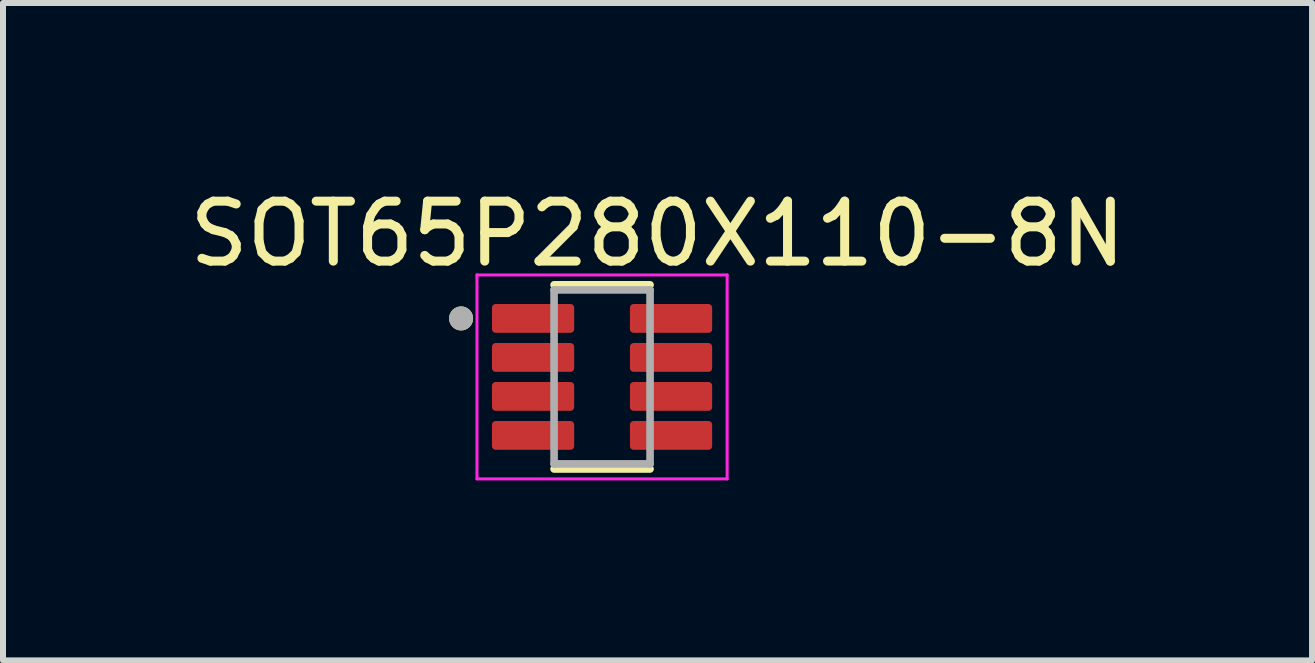
<source format=kicad_pcb>
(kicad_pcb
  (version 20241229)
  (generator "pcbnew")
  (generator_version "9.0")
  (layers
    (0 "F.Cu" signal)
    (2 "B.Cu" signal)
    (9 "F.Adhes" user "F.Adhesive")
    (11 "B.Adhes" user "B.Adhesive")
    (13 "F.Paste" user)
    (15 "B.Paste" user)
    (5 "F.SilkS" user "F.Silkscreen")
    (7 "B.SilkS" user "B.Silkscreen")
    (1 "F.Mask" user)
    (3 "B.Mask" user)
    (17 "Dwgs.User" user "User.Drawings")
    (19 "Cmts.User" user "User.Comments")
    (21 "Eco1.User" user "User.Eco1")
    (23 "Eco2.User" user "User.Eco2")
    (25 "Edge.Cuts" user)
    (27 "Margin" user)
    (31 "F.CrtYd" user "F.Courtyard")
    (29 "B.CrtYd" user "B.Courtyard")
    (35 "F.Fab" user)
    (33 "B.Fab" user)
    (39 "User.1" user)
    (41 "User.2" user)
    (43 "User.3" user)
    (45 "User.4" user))
  (footprint "SOT65P280X110-8N"
    (layer "F.Cu")
    (at 6.986 3.233)
    (property "Reference" "SOT65P280X110-8N" (at 0.925 -2.385 0) (layer "F.SilkS") (effects (font (size 1 1) (thickness 0.15))))
    (attr smd)
    (fp_poly (pts (xy -1.775 -1.265) (xy -0.525 -1.265) (xy -0.519 -1.265) (xy -0.514 -1.264) (xy -0.508 -1.264) (xy -0.502 -1.263) (xy -0.497 -1.261) (xy -0.491 -1.26) (xy -0.486 -1.258) (xy -0.48 -1.255) (xy -0.475 -1.253) (xy -0.47 -1.25) (xy -0.465 -1.247) (xy -0.46 -1.244) (xy -0.456 -1.24) (xy -0.451 -1.237) (xy -0.447 -1.233) (xy -0.443 -1.229) (xy -0.44 -1.224) (xy -0.436 -1.22) (xy -0.433 -1.215) (xy -0.43 -1.21) (xy -0.427 -1.205) (xy -0.425 -1.2) (xy -0.422 -1.194) (xy -0.42 -1.189) (xy -0.419 -1.183) (xy -0.417 -1.178) (xy -0.416 -1.172) (xy -0.416 -1.166) (xy -0.415 -1.161) (xy -0.415 -1.155) (xy -0.415 -0.795) (xy -0.415 -0.789) (xy -0.416 -0.784) (xy -0.416 -0.778) (xy -0.417 -0.772) (xy -0.419 -0.767) (xy -0.42 -0.761) (xy -0.422 -0.756) (xy -0.425 -0.75) (xy -0.427 -0.745) (xy -0.43 -0.74) (xy -0.433 -0.735) (xy -0.436 -0.73) (xy -0.44 -0.726) (xy -0.443 -0.721) (xy -0.447 -0.717) (xy -0.451 -0.713) (xy -0.456 -0.71) (xy -0.46 -0.706) (xy -0.465 -0.703) (xy -0.47 -0.7) (xy -0.475 -0.697) (xy -0.48 -0.695) (xy -0.486 -0.692) (xy -0.491 -0.69) (xy -0.497 -0.689) (xy -0.502 -0.687) (xy -0.508 -0.686) (xy -0.514 -0.686) (xy -0.519 -0.685) (xy -0.525 -0.685) (xy -1.775 -0.685) (xy -1.781 -0.685) (xy -1.786 -0.686) (xy -1.792 -0.686) (xy -1.798 -0.687) (xy -1.803 -0.689) (xy -1.809 -0.69) (xy -1.814 -0.692) (xy -1.82 -0.695) (xy -1.825 -0.697) (xy -1.83 -0.7) (xy -1.835 -0.703) (xy -1.84 -0.706) (xy -1.844 -0.71) (xy -1.849 -0.713) (xy -1.853 -0.717) (xy -1.857 -0.721) (xy -1.86 -0.726) (xy -1.864 -0.73) (xy -1.867 -0.735) (xy -1.87 -0.74) (xy -1.873 -0.745) (xy -1.875 -0.75) (xy -1.878 -0.756) (xy -1.88 -0.761) (xy -1.881 -0.767) (xy -1.883 -0.772) (xy -1.884 -0.778) (xy -1.884 -0.784) (xy -1.885 -0.789) (xy -1.885 -0.795) (xy -1.885 -1.155) (xy -1.885 -1.161) (xy -1.884 -1.166) (xy -1.884 -1.172) (xy -1.883 -1.178) (xy -1.881 -1.183) (xy -1.88 -1.189) (xy -1.878 -1.194) (xy -1.875 -1.2) (xy -1.873 -1.205) (xy -1.87 -1.21) (xy -1.867 -1.215) (xy -1.864 -1.22) (xy -1.86 -1.224) (xy -1.857 -1.229) (xy -1.853 -1.233) (xy -1.849 -1.237) (xy -1.844 -1.24) (xy -1.84 -1.244) (xy -1.835 -1.247) (xy -1.83 -1.25) (xy -1.825 -1.253) (xy -1.82 -1.255) (xy -1.814 -1.258) (xy -1.809 -1.26) (xy -1.803 -1.261) (xy -1.798 -1.263) (xy -1.792 -1.264) (xy -1.786 -1.264) (xy -1.781 -1.265) (xy -1.775 -1.265)) (stroke (width 0.01) (type solid)) (fill yes) (layer "F.Mask"))
    (fp_poly (pts (xy -1.775 -0.615) (xy -0.525 -0.615) (xy -0.519 -0.615) (xy -0.514 -0.614) (xy -0.508 -0.614) (xy -0.502 -0.613) (xy -0.497 -0.611) (xy -0.491 -0.61) (xy -0.486 -0.608) (xy -0.48 -0.605) (xy -0.475 -0.603) (xy -0.47 -0.6) (xy -0.465 -0.597) (xy -0.46 -0.594) (xy -0.456 -0.59) (xy -0.451 -0.587) (xy -0.447 -0.583) (xy -0.443 -0.579) (xy -0.44 -0.574) (xy -0.436 -0.57) (xy -0.433 -0.565) (xy -0.43 -0.56) (xy -0.427 -0.555) (xy -0.425 -0.55) (xy -0.422 -0.544) (xy -0.42 -0.539) (xy -0.419 -0.533) (xy -0.417 -0.528) (xy -0.416 -0.522) (xy -0.416 -0.516) (xy -0.415 -0.511) (xy -0.415 -0.505) (xy -0.415 -0.145) (xy -0.415 -0.139) (xy -0.416 -0.134) (xy -0.416 -0.128) (xy -0.417 -0.122) (xy -0.419 -0.117) (xy -0.42 -0.111) (xy -0.422 -0.106) (xy -0.425 -0.1) (xy -0.427 -0.095) (xy -0.43 -0.09) (xy -0.433 -0.085) (xy -0.436 -0.08) (xy -0.44 -0.076) (xy -0.443 -0.071) (xy -0.447 -0.067) (xy -0.451 -0.063) (xy -0.456 -0.06) (xy -0.46 -0.056) (xy -0.465 -0.053) (xy -0.47 -0.05) (xy -0.475 -0.047) (xy -0.48 -0.045) (xy -0.486 -0.042) (xy -0.491 -0.04) (xy -0.497 -0.039) (xy -0.502 -0.037) (xy -0.508 -0.036) (xy -0.514 -0.036) (xy -0.519 -0.035) (xy -0.525 -0.035) (xy -1.775 -0.035) (xy -1.781 -0.035) (xy -1.786 -0.036) (xy -1.792 -0.036) (xy -1.798 -0.037) (xy -1.803 -0.039) (xy -1.809 -0.04) (xy -1.814 -0.042) (xy -1.82 -0.045) (xy -1.825 -0.047) (xy -1.83 -0.05) (xy -1.835 -0.053) (xy -1.84 -0.056) (xy -1.844 -0.06) (xy -1.849 -0.063) (xy -1.853 -0.067) (xy -1.857 -0.071) (xy -1.86 -0.076) (xy -1.864 -0.08) (xy -1.867 -0.085) (xy -1.87 -0.09) (xy -1.873 -0.095) (xy -1.875 -0.1) (xy -1.878 -0.106) (xy -1.88 -0.111) (xy -1.881 -0.117) (xy -1.883 -0.122) (xy -1.884 -0.128) (xy -1.884 -0.134) (xy -1.885 -0.139) (xy -1.885 -0.145) (xy -1.885 -0.505) (xy -1.885 -0.511) (xy -1.884 -0.516) (xy -1.884 -0.522) (xy -1.883 -0.528) (xy -1.881 -0.533) (xy -1.88 -0.539) (xy -1.878 -0.544) (xy -1.875 -0.55) (xy -1.873 -0.555) (xy -1.87 -0.56) (xy -1.867 -0.565) (xy -1.864 -0.57) (xy -1.86 -0.574) (xy -1.857 -0.579) (xy -1.853 -0.583) (xy -1.849 -0.587) (xy -1.844 -0.59) (xy -1.84 -0.594) (xy -1.835 -0.597) (xy -1.83 -0.6) (xy -1.825 -0.603) (xy -1.82 -0.605) (xy -1.814 -0.608) (xy -1.809 -0.61) (xy -1.803 -0.611) (xy -1.798 -0.613) (xy -1.792 -0.614) (xy -1.786 -0.614) (xy -1.781 -0.615) (xy -1.775 -0.615)) (stroke (width 0.01) (type solid)) (fill yes) (layer "F.Mask"))
    (fp_poly (pts (xy -1.775 0.035) (xy -0.525 0.035) (xy -0.519 0.035) (xy -0.514 0.036) (xy -0.508 0.036) (xy -0.502 0.037) (xy -0.497 0.039) (xy -0.491 0.04) (xy -0.486 0.042) (xy -0.48 0.045) (xy -0.475 0.047) (xy -0.47 0.05) (xy -0.465 0.053) (xy -0.46 0.056) (xy -0.456 0.06) (xy -0.451 0.063) (xy -0.447 0.067) (xy -0.443 0.071) (xy -0.44 0.076) (xy -0.436 0.08) (xy -0.433 0.085) (xy -0.43 0.09) (xy -0.427 0.095) (xy -0.425 0.1) (xy -0.422 0.106) (xy -0.42 0.111) (xy -0.419 0.117) (xy -0.417 0.122) (xy -0.416 0.128) (xy -0.416 0.134) (xy -0.415 0.139) (xy -0.415 0.145) (xy -0.415 0.505) (xy -0.415 0.511) (xy -0.416 0.516) (xy -0.416 0.522) (xy -0.417 0.528) (xy -0.419 0.533) (xy -0.42 0.539) (xy -0.422 0.544) (xy -0.425 0.55) (xy -0.427 0.555) (xy -0.43 0.56) (xy -0.433 0.565) (xy -0.436 0.57) (xy -0.44 0.574) (xy -0.443 0.579) (xy -0.447 0.583) (xy -0.451 0.587) (xy -0.456 0.59) (xy -0.46 0.594) (xy -0.465 0.597) (xy -0.47 0.6) (xy -0.475 0.603) (xy -0.48 0.605) (xy -0.486 0.608) (xy -0.491 0.61) (xy -0.497 0.611) (xy -0.502 0.613) (xy -0.508 0.614) (xy -0.514 0.614) (xy -0.519 0.615) (xy -0.525 0.615) (xy -1.775 0.615) (xy -1.781 0.615) (xy -1.786 0.614) (xy -1.792 0.614) (xy -1.798 0.613) (xy -1.803 0.611) (xy -1.809 0.61) (xy -1.814 0.608) (xy -1.82 0.605) (xy -1.825 0.603) (xy -1.83 0.6) (xy -1.835 0.597) (xy -1.84 0.594) (xy -1.844 0.59) (xy -1.849 0.587) (xy -1.853 0.583) (xy -1.857 0.579) (xy -1.86 0.574) (xy -1.864 0.57) (xy -1.867 0.565) (xy -1.87 0.56) (xy -1.873 0.555) (xy -1.875 0.55) (xy -1.878 0.544) (xy -1.88 0.539) (xy -1.881 0.533) (xy -1.883 0.528) (xy -1.884 0.522) (xy -1.884 0.516) (xy -1.885 0.511) (xy -1.885 0.505) (xy -1.885 0.145) (xy -1.885 0.139) (xy -1.884 0.134) (xy -1.884 0.128) (xy -1.883 0.122) (xy -1.881 0.117) (xy -1.88 0.111) (xy -1.878 0.106) (xy -1.875 0.1) (xy -1.873 0.095) (xy -1.87 0.09) (xy -1.867 0.085) (xy -1.864 0.08) (xy -1.86 0.076) (xy -1.857 0.071) (xy -1.853 0.067) (xy -1.849 0.063) (xy -1.844 0.06) (xy -1.84 0.056) (xy -1.835 0.053) (xy -1.83 0.05) (xy -1.825 0.047) (xy -1.82 0.045) (xy -1.814 0.042) (xy -1.809 0.04) (xy -1.803 0.039) (xy -1.798 0.037) (xy -1.792 0.036) (xy -1.786 0.036) (xy -1.781 0.035) (xy -1.775 0.035)) (stroke (width 0.01) (type solid)) (fill yes) (layer "F.Mask"))
    (fp_poly (pts (xy -1.775 0.685) (xy -0.525 0.685) (xy -0.519 0.685) (xy -0.514 0.686) (xy -0.508 0.686) (xy -0.502 0.687) (xy -0.497 0.689) (xy -0.491 0.69) (xy -0.486 0.692) (xy -0.48 0.695) (xy -0.475 0.697) (xy -0.47 0.7) (xy -0.465 0.703) (xy -0.46 0.706) (xy -0.456 0.71) (xy -0.451 0.713) (xy -0.447 0.717) (xy -0.443 0.721) (xy -0.44 0.726) (xy -0.436 0.73) (xy -0.433 0.735) (xy -0.43 0.74) (xy -0.427 0.745) (xy -0.425 0.75) (xy -0.422 0.756) (xy -0.42 0.761) (xy -0.419 0.767) (xy -0.417 0.772) (xy -0.416 0.778) (xy -0.416 0.784) (xy -0.415 0.789) (xy -0.415 0.795) (xy -0.415 1.155) (xy -0.415 1.161) (xy -0.416 1.166) (xy -0.416 1.172) (xy -0.417 1.178) (xy -0.419 1.183) (xy -0.42 1.189) (xy -0.422 1.194) (xy -0.425 1.2) (xy -0.427 1.205) (xy -0.43 1.21) (xy -0.433 1.215) (xy -0.436 1.22) (xy -0.44 1.224) (xy -0.443 1.229) (xy -0.447 1.233) (xy -0.451 1.237) (xy -0.456 1.24) (xy -0.46 1.244) (xy -0.465 1.247) (xy -0.47 1.25) (xy -0.475 1.253) (xy -0.48 1.255) (xy -0.486 1.258) (xy -0.491 1.26) (xy -0.497 1.261) (xy -0.502 1.263) (xy -0.508 1.264) (xy -0.514 1.264) (xy -0.519 1.265) (xy -0.525 1.265) (xy -1.775 1.265) (xy -1.781 1.265) (xy -1.786 1.264) (xy -1.792 1.264) (xy -1.798 1.263) (xy -1.803 1.261) (xy -1.809 1.26) (xy -1.814 1.258) (xy -1.82 1.255) (xy -1.825 1.253) (xy -1.83 1.25) (xy -1.835 1.247) (xy -1.84 1.244) (xy -1.844 1.24) (xy -1.849 1.237) (xy -1.853 1.233) (xy -1.857 1.229) (xy -1.86 1.224) (xy -1.864 1.22) (xy -1.867 1.215) (xy -1.87 1.21) (xy -1.873 1.205) (xy -1.875 1.2) (xy -1.878 1.194) (xy -1.88 1.189) (xy -1.881 1.183) (xy -1.883 1.178) (xy -1.884 1.172) (xy -1.884 1.166) (xy -1.885 1.161) (xy -1.885 1.155) (xy -1.885 0.795) (xy -1.885 0.789) (xy -1.884 0.784) (xy -1.884 0.778) (xy -1.883 0.772) (xy -1.881 0.767) (xy -1.88 0.761) (xy -1.878 0.756) (xy -1.875 0.75) (xy -1.873 0.745) (xy -1.87 0.74) (xy -1.867 0.735) (xy -1.864 0.73) (xy -1.86 0.726) (xy -1.857 0.721) (xy -1.853 0.717) (xy -1.849 0.713) (xy -1.844 0.71) (xy -1.84 0.706) (xy -1.835 0.703) (xy -1.83 0.7) (xy -1.825 0.697) (xy -1.82 0.695) (xy -1.814 0.692) (xy -1.809 0.69) (xy -1.803 0.689) (xy -1.798 0.687) (xy -1.792 0.686) (xy -1.786 0.686) (xy -1.781 0.685) (xy -1.775 0.685)) (stroke (width 0.01) (type solid)) (fill yes) (layer "F.Mask"))
    (fp_poly (pts (xy 1.775 -0.685) (xy 0.525 -0.685) (xy 0.519 -0.685) (xy 0.514 -0.686) (xy 0.508 -0.686) (xy 0.502 -0.687) (xy 0.497 -0.689) (xy 0.491 -0.69) (xy 0.486 -0.692) (xy 0.48 -0.695) (xy 0.475 -0.697) (xy 0.47 -0.7) (xy 0.465 -0.703) (xy 0.46 -0.706) (xy 0.456 -0.71) (xy 0.451 -0.713) (xy 0.447 -0.717) (xy 0.443 -0.721) (xy 0.44 -0.726) (xy 0.436 -0.73) (xy 0.433 -0.735) (xy 0.43 -0.74) (xy 0.427 -0.745) (xy 0.425 -0.75) (xy 0.422 -0.756) (xy 0.42 -0.761) (xy 0.419 -0.767) (xy 0.417 -0.772) (xy 0.416 -0.778) (xy 0.416 -0.784) (xy 0.415 -0.789) (xy 0.415 -0.795) (xy 0.415 -1.155) (xy 0.415 -1.161) (xy 0.416 -1.166) (xy 0.416 -1.172) (xy 0.417 -1.178) (xy 0.419 -1.183) (xy 0.42 -1.189) (xy 0.422 -1.194) (xy 0.425 -1.2) (xy 0.427 -1.205) (xy 0.43 -1.21) (xy 0.433 -1.215) (xy 0.436 -1.22) (xy 0.44 -1.224) (xy 0.443 -1.229) (xy 0.447 -1.233) (xy 0.451 -1.237) (xy 0.456 -1.24) (xy 0.46 -1.244) (xy 0.465 -1.247) (xy 0.47 -1.25) (xy 0.475 -1.253) (xy 0.48 -1.255) (xy 0.486 -1.258) (xy 0.491 -1.26) (xy 0.497 -1.261) (xy 0.502 -1.263) (xy 0.508 -1.264) (xy 0.514 -1.264) (xy 0.519 -1.265) (xy 0.525 -1.265) (xy 1.775 -1.265) (xy 1.781 -1.265) (xy 1.786 -1.264) (xy 1.792 -1.264) (xy 1.798 -1.263) (xy 1.803 -1.261) (xy 1.809 -1.26) (xy 1.814 -1.258) (xy 1.82 -1.255) (xy 1.825 -1.253) (xy 1.83 -1.25) (xy 1.835 -1.247) (xy 1.84 -1.244) (xy 1.844 -1.24) (xy 1.849 -1.237) (xy 1.853 -1.233) (xy 1.857 -1.229) (xy 1.86 -1.224) (xy 1.864 -1.22) (xy 1.867 -1.215) (xy 1.87 -1.21) (xy 1.873 -1.205) (xy 1.875 -1.2) (xy 1.878 -1.194) (xy 1.88 -1.189) (xy 1.881 -1.183) (xy 1.883 -1.178) (xy 1.884 -1.172) (xy 1.884 -1.166) (xy 1.885 -1.161) (xy 1.885 -1.155) (xy 1.885 -0.795) (xy 1.885 -0.789) (xy 1.884 -0.784) (xy 1.884 -0.778) (xy 1.883 -0.772) (xy 1.881 -0.767) (xy 1.88 -0.761) (xy 1.878 -0.756) (xy 1.875 -0.75) (xy 1.873 -0.745) (xy 1.87 -0.74) (xy 1.867 -0.735) (xy 1.864 -0.73) (xy 1.86 -0.726) (xy 1.857 -0.721) (xy 1.853 -0.717) (xy 1.849 -0.713) (xy 1.844 -0.71) (xy 1.84 -0.706) (xy 1.835 -0.703) (xy 1.83 -0.7) (xy 1.825 -0.697) (xy 1.82 -0.695) (xy 1.814 -0.692) (xy 1.809 -0.69) (xy 1.803 -0.689) (xy 1.798 -0.687) (xy 1.792 -0.686) (xy 1.786 -0.686) (xy 1.781 -0.685) (xy 1.775 -0.685)) (stroke (width 0.01) (type solid)) (fill yes) (layer "F.Mask"))
    (fp_poly (pts (xy 1.775 -0.035) (xy 0.525 -0.035) (xy 0.519 -0.035) (xy 0.514 -0.036) (xy 0.508 -0.036) (xy 0.502 -0.037) (xy 0.497 -0.039) (xy 0.491 -0.04) (xy 0.486 -0.042) (xy 0.48 -0.045) (xy 0.475 -0.047) (xy 0.47 -0.05) (xy 0.465 -0.053) (xy 0.46 -0.056) (xy 0.456 -0.06) (xy 0.451 -0.063) (xy 0.447 -0.067) (xy 0.443 -0.071) (xy 0.44 -0.076) (xy 0.436 -0.08) (xy 0.433 -0.085) (xy 0.43 -0.09) (xy 0.427 -0.095) (xy 0.425 -0.1) (xy 0.422 -0.106) (xy 0.42 -0.111) (xy 0.419 -0.117) (xy 0.417 -0.122) (xy 0.416 -0.128) (xy 0.416 -0.134) (xy 0.415 -0.139) (xy 0.415 -0.145) (xy 0.415 -0.505) (xy 0.415 -0.511) (xy 0.416 -0.516) (xy 0.416 -0.522) (xy 0.417 -0.528) (xy 0.419 -0.533) (xy 0.42 -0.539) (xy 0.422 -0.544) (xy 0.425 -0.55) (xy 0.427 -0.555) (xy 0.43 -0.56) (xy 0.433 -0.565) (xy 0.436 -0.57) (xy 0.44 -0.574) (xy 0.443 -0.579) (xy 0.447 -0.583) (xy 0.451 -0.587) (xy 0.456 -0.59) (xy 0.46 -0.594) (xy 0.465 -0.597) (xy 0.47 -0.6) (xy 0.475 -0.603) (xy 0.48 -0.605) (xy 0.486 -0.608) (xy 0.491 -0.61) (xy 0.497 -0.611) (xy 0.502 -0.613) (xy 0.508 -0.614) (xy 0.514 -0.614) (xy 0.519 -0.615) (xy 0.525 -0.615) (xy 1.775 -0.615) (xy 1.781 -0.615) (xy 1.786 -0.614) (xy 1.792 -0.614) (xy 1.798 -0.613) (xy 1.803 -0.611) (xy 1.809 -0.61) (xy 1.814 -0.608) (xy 1.82 -0.605) (xy 1.825 -0.603) (xy 1.83 -0.6) (xy 1.835 -0.597) (xy 1.84 -0.594) (xy 1.844 -0.59) (xy 1.849 -0.587) (xy 1.853 -0.583) (xy 1.857 -0.579) (xy 1.86 -0.574) (xy 1.864 -0.57) (xy 1.867 -0.565) (xy 1.87 -0.56) (xy 1.873 -0.555) (xy 1.875 -0.55) (xy 1.878 -0.544) (xy 1.88 -0.539) (xy 1.881 -0.533) (xy 1.883 -0.528) (xy 1.884 -0.522) (xy 1.884 -0.516) (xy 1.885 -0.511) (xy 1.885 -0.505) (xy 1.885 -0.145) (xy 1.885 -0.139) (xy 1.884 -0.134) (xy 1.884 -0.128) (xy 1.883 -0.122) (xy 1.881 -0.117) (xy 1.88 -0.111) (xy 1.878 -0.106) (xy 1.875 -0.1) (xy 1.873 -0.095) (xy 1.87 -0.09) (xy 1.867 -0.085) (xy 1.864 -0.08) (xy 1.86 -0.076) (xy 1.857 -0.071) (xy 1.853 -0.067) (xy 1.849 -0.063) (xy 1.844 -0.06) (xy 1.84 -0.056) (xy 1.835 -0.053) (xy 1.83 -0.05) (xy 1.825 -0.047) (xy 1.82 -0.045) (xy 1.814 -0.042) (xy 1.809 -0.04) (xy 1.803 -0.039) (xy 1.798 -0.037) (xy 1.792 -0.036) (xy 1.786 -0.036) (xy 1.781 -0.035) (xy 1.775 -0.035)) (stroke (width 0.01) (type solid)) (fill yes) (layer "F.Mask"))
    (fp_poly (pts (xy 1.775 0.615) (xy 0.525 0.615) (xy 0.519 0.615) (xy 0.514 0.614) (xy 0.508 0.614) (xy 0.502 0.613) (xy 0.497 0.611) (xy 0.491 0.61) (xy 0.486 0.608) (xy 0.48 0.605) (xy 0.475 0.603) (xy 0.47 0.6) (xy 0.465 0.597) (xy 0.46 0.594) (xy 0.456 0.59) (xy 0.451 0.587) (xy 0.447 0.583) (xy 0.443 0.579) (xy 0.44 0.574) (xy 0.436 0.57) (xy 0.433 0.565) (xy 0.43 0.56) (xy 0.427 0.555) (xy 0.425 0.55) (xy 0.422 0.544) (xy 0.42 0.539) (xy 0.419 0.533) (xy 0.417 0.528) (xy 0.416 0.522) (xy 0.416 0.516) (xy 0.415 0.511) (xy 0.415 0.505) (xy 0.415 0.145) (xy 0.415 0.139) (xy 0.416 0.134) (xy 0.416 0.128) (xy 0.417 0.122) (xy 0.419 0.117) (xy 0.42 0.111) (xy 0.422 0.106) (xy 0.425 0.1) (xy 0.427 0.095) (xy 0.43 0.09) (xy 0.433 0.085) (xy 0.436 0.08) (xy 0.44 0.076) (xy 0.443 0.071) (xy 0.447 0.067) (xy 0.451 0.063) (xy 0.456 0.06) (xy 0.46 0.056) (xy 0.465 0.053) (xy 0.47 0.05) (xy 0.475 0.047) (xy 0.48 0.045) (xy 0.486 0.042) (xy 0.491 0.04) (xy 0.497 0.039) (xy 0.502 0.037) (xy 0.508 0.036) (xy 0.514 0.036) (xy 0.519 0.035) (xy 0.525 0.035) (xy 1.775 0.035) (xy 1.781 0.035) (xy 1.786 0.036) (xy 1.792 0.036) (xy 1.798 0.037) (xy 1.803 0.039) (xy 1.809 0.04) (xy 1.814 0.042) (xy 1.82 0.045) (xy 1.825 0.047) (xy 1.83 0.05) (xy 1.835 0.053) (xy 1.84 0.056) (xy 1.844 0.06) (xy 1.849 0.063) (xy 1.853 0.067) (xy 1.857 0.071) (xy 1.86 0.076) (xy 1.864 0.08) (xy 1.867 0.085) (xy 1.87 0.09) (xy 1.873 0.095) (xy 1.875 0.1) (xy 1.878 0.106) (xy 1.88 0.111) (xy 1.881 0.117) (xy 1.883 0.122) (xy 1.884 0.128) (xy 1.884 0.134) (xy 1.885 0.139) (xy 1.885 0.145) (xy 1.885 0.505) (xy 1.885 0.511) (xy 1.884 0.516) (xy 1.884 0.522) (xy 1.883 0.528) (xy 1.881 0.533) (xy 1.88 0.539) (xy 1.878 0.544) (xy 1.875 0.55) (xy 1.873 0.555) (xy 1.87 0.56) (xy 1.867 0.565) (xy 1.864 0.57) (xy 1.86 0.574) (xy 1.857 0.579) (xy 1.853 0.583) (xy 1.849 0.587) (xy 1.844 0.59) (xy 1.84 0.594) (xy 1.835 0.597) (xy 1.83 0.6) (xy 1.825 0.603) (xy 1.82 0.605) (xy 1.814 0.608) (xy 1.809 0.61) (xy 1.803 0.611) (xy 1.798 0.613) (xy 1.792 0.614) (xy 1.786 0.614) (xy 1.781 0.615) (xy 1.775 0.615)) (stroke (width 0.01) (type solid)) (fill yes) (layer "F.Mask"))
    (fp_poly (pts (xy 1.775 1.265) (xy 0.525 1.265) (xy 0.519 1.265) (xy 0.514 1.264) (xy 0.508 1.264) (xy 0.502 1.263) (xy 0.497 1.261) (xy 0.491 1.26) (xy 0.486 1.258) (xy 0.48 1.255) (xy 0.475 1.253) (xy 0.47 1.25) (xy 0.465 1.247) (xy 0.46 1.244) (xy 0.456 1.24) (xy 0.451 1.237) (xy 0.447 1.233) (xy 0.443 1.229) (xy 0.44 1.224) (xy 0.436 1.22) (xy 0.433 1.215) (xy 0.43 1.21) (xy 0.427 1.205) (xy 0.425 1.2) (xy 0.422 1.194) (xy 0.42 1.189) (xy 0.419 1.183) (xy 0.417 1.178) (xy 0.416 1.172) (xy 0.416 1.166) (xy 0.415 1.161) (xy 0.415 1.155) (xy 0.415 0.795) (xy 0.415 0.789) (xy 0.416 0.784) (xy 0.416 0.778) (xy 0.417 0.772) (xy 0.419 0.767) (xy 0.42 0.761) (xy 0.422 0.756) (xy 0.425 0.75) (xy 0.427 0.745) (xy 0.43 0.74) (xy 0.433 0.735) (xy 0.436 0.73) (xy 0.44 0.726) (xy 0.443 0.721) (xy 0.447 0.717) (xy 0.451 0.713) (xy 0.456 0.71) (xy 0.46 0.706) (xy 0.465 0.703) (xy 0.47 0.7) (xy 0.475 0.697) (xy 0.48 0.695) (xy 0.486 0.692) (xy 0.491 0.69) (xy 0.497 0.689) (xy 0.502 0.687) (xy 0.508 0.686) (xy 0.514 0.686) (xy 0.519 0.685) (xy 0.525 0.685) (xy 1.775 0.685) (xy 1.781 0.685) (xy 1.786 0.686) (xy 1.792 0.686) (xy 1.798 0.687) (xy 1.803 0.689) (xy 1.809 0.69) (xy 1.814 0.692) (xy 1.82 0.695) (xy 1.825 0.697) (xy 1.83 0.7) (xy 1.835 0.703) (xy 1.84 0.706) (xy 1.844 0.71) (xy 1.849 0.713) (xy 1.853 0.717) (xy 1.857 0.721) (xy 1.86 0.726) (xy 1.864 0.73) (xy 1.867 0.735) (xy 1.87 0.74) (xy 1.873 0.745) (xy 1.875 0.75) (xy 1.878 0.756) (xy 1.88 0.761) (xy 1.881 0.767) (xy 1.883 0.772) (xy 1.884 0.778) (xy 1.884 0.784) (xy 1.885 0.789) (xy 1.885 0.795) (xy 1.885 1.155) (xy 1.885 1.161) (xy 1.884 1.166) (xy 1.884 1.172) (xy 1.883 1.178) (xy 1.881 1.183) (xy 1.88 1.189) (xy 1.878 1.194) (xy 1.875 1.2) (xy 1.873 1.205) (xy 1.87 1.21) (xy 1.867 1.215) (xy 1.864 1.22) (xy 1.86 1.224) (xy 1.857 1.229) (xy 1.853 1.233) (xy 1.849 1.237) (xy 1.844 1.24) (xy 1.84 1.244) (xy 1.835 1.247) (xy 1.83 1.25) (xy 1.825 1.253) (xy 1.82 1.255) (xy 1.814 1.258) (xy 1.809 1.26) (xy 1.803 1.261) (xy 1.798 1.263) (xy 1.792 1.264) (xy 1.786 1.264) (xy 1.781 1.265) (xy 1.775 1.265)) (stroke (width 0.01) (type solid)) (fill yes) (layer "F.Mask"))
    (fp_line (start -0.8 -1.535) (end 0.8 -1.535) (stroke (width 0.127) (type solid)) (layer "F.SilkS"))
    (fp_line (start -0.8 1.535) (end 0.8 1.535) (stroke (width 0.127) (type solid)) (layer "F.SilkS"))
    (fp_circle (center -2.35 -0.975) (end -2.25 -0.975) (stroke (width 0.2) (type solid)) (fill no) (layer "F.SilkS"))
    (fp_line (start -2.085 -1.7) (end 2.085 -1.7) (stroke (width 0.05) (type solid)) (layer "F.CrtYd"))
    (fp_line (start -2.085 1.7) (end -2.085 -1.7) (stroke (width 0.05) (type solid)) (layer "F.CrtYd"))
    (fp_line (start 2.085 -1.7) (end 2.085 1.7) (stroke (width 0.05) (type solid)) (layer "F.CrtYd"))
    (fp_line (start 2.085 1.7) (end -2.085 1.7) (stroke (width 0.05) (type solid)) (layer "F.CrtYd"))
    (fp_line (start -0.8 -1.45) (end 0.8 -1.45) (stroke (width 0.127) (type solid)) (layer "F.Fab"))
    (fp_line (start -0.8 1.45) (end -0.8 -1.45) (stroke (width 0.127) (type solid)) (layer "F.Fab"))
    (fp_line (start 0.8 -1.45) (end 0.8 1.45) (stroke (width 0.127) (type solid)) (layer "F.Fab"))
    (fp_line (start 0.8 1.45) (end -0.8 1.45) (stroke (width 0.127) (type solid)) (layer "F.Fab"))
    (fp_circle (center -2.35 -0.975) (end -2.25 -0.975) (stroke (width 0.2) (type solid)) (fill no) (layer "F.Fab"))
    (pad "1" smd roundrect (at -1.15 -0.975) (size 1.37 0.48) (layers "F.Cu" "F.Paste") (roundrect_rratio 0.125))
    (pad "2" smd roundrect (at -1.15 -0.325) (size 1.37 0.48) (layers "F.Cu" "F.Paste") (roundrect_rratio 0.125))
    (pad "3" smd roundrect (at -1.15 0.325) (size 1.37 0.48) (layers "F.Cu" "F.Paste") (roundrect_rratio 0.125))
    (pad "4" smd roundrect (at -1.15 0.975) (size 1.37 0.48) (layers "F.Cu" "F.Paste") (roundrect_rratio 0.125))
    (pad "5" smd roundrect (at 1.15 0.975) (size 1.37 0.48) (layers "F.Cu" "F.Paste") (roundrect_rratio 0.125))
    (pad "6" smd roundrect (at 1.15 0.325) (size 1.37 0.48) (layers "F.Cu" "F.Paste") (roundrect_rratio 0.125))
    (pad "7" smd roundrect (at 1.15 -0.325) (size 1.37 0.48) (layers "F.Cu" "F.Paste") (roundrect_rratio 0.125))
    (pad "8" smd roundrect (at 1.15 -0.975) (size 1.37 0.48) (layers "F.Cu" "F.Paste") (roundrect_rratio 0.125)))
  (gr_rect
    (start -3 -3)
    (end 18.821 7.958)
    (stroke (width 0.1) (type default))
    (fill no)
    (layer "Edge.Cuts")))
</source>
